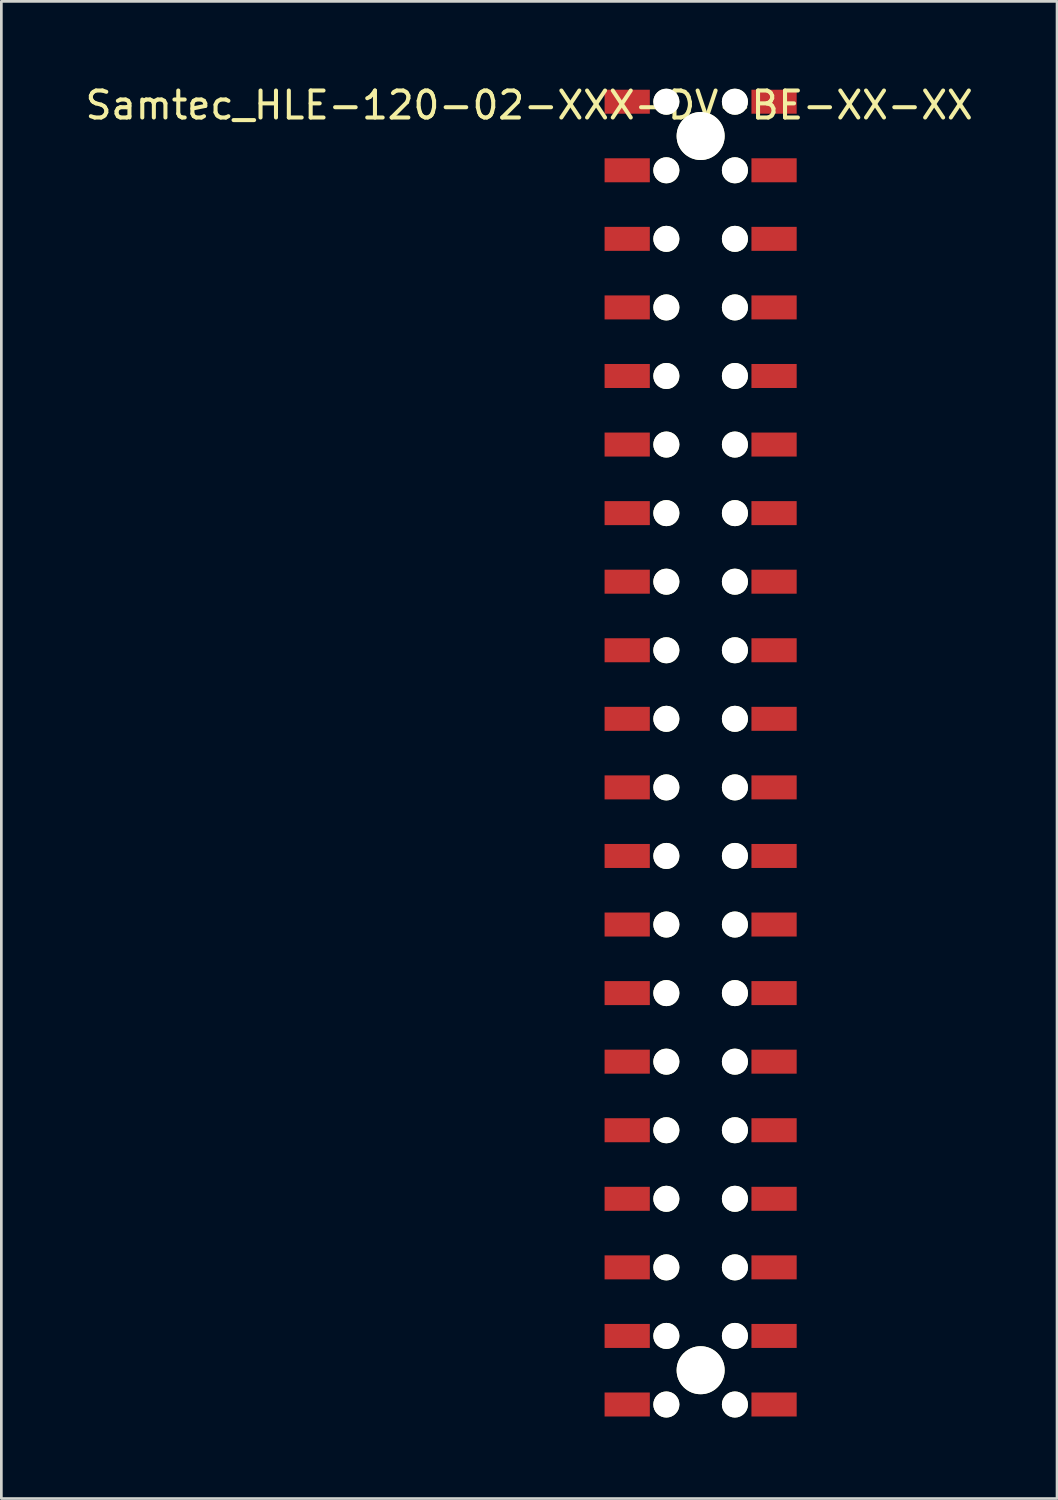
<source format=kicad_pcb>
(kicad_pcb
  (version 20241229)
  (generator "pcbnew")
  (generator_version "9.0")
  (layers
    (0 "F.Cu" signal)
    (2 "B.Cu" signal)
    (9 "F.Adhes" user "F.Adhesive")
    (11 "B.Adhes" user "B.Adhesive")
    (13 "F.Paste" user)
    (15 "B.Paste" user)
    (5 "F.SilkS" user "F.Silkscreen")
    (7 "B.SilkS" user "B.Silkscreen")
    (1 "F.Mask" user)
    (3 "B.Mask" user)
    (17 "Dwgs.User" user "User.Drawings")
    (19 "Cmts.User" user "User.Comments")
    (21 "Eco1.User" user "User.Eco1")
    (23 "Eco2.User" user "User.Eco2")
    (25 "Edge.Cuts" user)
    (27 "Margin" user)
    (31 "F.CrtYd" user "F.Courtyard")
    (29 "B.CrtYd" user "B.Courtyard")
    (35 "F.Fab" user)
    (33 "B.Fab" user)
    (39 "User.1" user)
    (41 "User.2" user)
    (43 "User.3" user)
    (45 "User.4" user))
  (footprint "Samtec_HLE-120-02-XXX-DV-BE-XX-XX"
    (layer "F.Cu")
    (at 22.904 24.848)
    (property "Reference" "Samtec_HLE-120-02-XXX-DV-BE-XX-XX" (at -6.35 -24 0) (layer "F.SilkS") (effects (font (size 1 1) (thickness 0.15))))
    (attr smd)
    (pad "" np_thru_hole circle (at -1.27 -24.13 270) (size 0.965 0.965) (drill 0.965) (layers "*.Cu" "*.Mask" "F.SilkS"))
    (pad "" np_thru_hole circle (at -1.27 -21.59 270) (size 0.965 0.965) (drill 0.965) (layers "*.Cu" "*.Mask" "F.SilkS"))
    (pad "" np_thru_hole circle (at -1.27 -19.05 270) (size 0.965 0.965) (drill 0.965) (layers "*.Cu" "*.Mask" "F.SilkS"))
    (pad "" np_thru_hole circle (at -1.27 -16.51 270) (size 0.965 0.965) (drill 0.965) (layers "*.Cu" "*.Mask" "F.SilkS"))
    (pad "" np_thru_hole circle (at -1.27 -13.97 270) (size 0.965 0.965) (drill 0.965) (layers "*.Cu" "*.Mask" "F.SilkS"))
    (pad "" np_thru_hole circle (at -1.27 -11.43 270) (size 0.965 0.965) (drill 0.965) (layers "*.Cu" "*.Mask" "F.SilkS"))
    (pad "" np_thru_hole circle (at -1.27 -8.89 270) (size 0.965 0.965) (drill 0.965) (layers "*.Cu" "*.Mask" "F.SilkS"))
    (pad "" np_thru_hole circle (at -1.27 -6.35 270) (size 0.965 0.965) (drill 0.965) (layers "*.Cu" "*.Mask" "F.SilkS"))
    (pad "" np_thru_hole circle (at -1.27 -3.81 270) (size 0.965 0.965) (drill 0.965) (layers "*.Cu" "*.Mask" "F.SilkS"))
    (pad "" np_thru_hole circle (at -1.27 -1.27 270) (size 0.965 0.965) (drill 0.965) (layers "*.Cu" "*.Mask" "F.SilkS"))
    (pad "" np_thru_hole circle (at -1.27 1.27 270) (size 0.965 0.965) (drill 0.965) (layers "*.Cu" "*.Mask" "F.SilkS"))
    (pad "" np_thru_hole circle (at -1.27 3.81 270) (size 0.965 0.965) (drill 0.965) (layers "*.Cu" "*.Mask" "F.SilkS"))
    (pad "" np_thru_hole circle (at -1.27 6.35 270) (size 0.965 0.965) (drill 0.965) (layers "*.Cu" "*.Mask" "F.SilkS"))
    (pad "" np_thru_hole circle (at -1.27 8.89 270) (size 0.965 0.965) (drill 0.965) (layers "*.Cu" "*.Mask" "F.SilkS"))
    (pad "" np_thru_hole circle (at -1.27 11.43 270) (size 0.965 0.965) (drill 0.965) (layers "*.Cu" "*.Mask" "F.SilkS"))
    (pad "" np_thru_hole circle (at -1.27 13.97 270) (size 0.965 0.965) (drill 0.965) (layers "*.Cu" "*.Mask" "F.SilkS"))
    (pad "" np_thru_hole circle (at -1.27 16.51 270) (size 0.965 0.965) (drill 0.965) (layers "*.Cu" "*.Mask" "F.SilkS"))
    (pad "" np_thru_hole circle (at -1.27 19.05 270) (size 0.965 0.965) (drill 0.965) (layers "*.Cu" "*.Mask" "F.SilkS"))
    (pad "" np_thru_hole circle (at -1.27 21.59 270) (size 0.965 0.965) (drill 0.965) (layers "*.Cu" "*.Mask" "F.SilkS"))
    (pad "" np_thru_hole circle (at -1.27 24.13 270) (size 0.965 0.965) (drill 0.965) (layers "*.Cu" "*.Mask" "F.SilkS"))
    (pad "" np_thru_hole circle (at 0 -22.86 270) (size 1.778 1.778) (drill 1.778) (layers "*.Cu" "*.Mask" "F.SilkS"))
    (pad "" np_thru_hole circle (at 0 22.86 270) (size 1.778 1.778) (drill 1.778) (layers "*.Cu" "*.Mask" "F.SilkS"))
    (pad "" np_thru_hole circle (at 1.27 -24.13 270) (size 0.965 0.965) (drill 0.965) (layers "*.Cu" "*.Mask" "F.SilkS"))
    (pad "" np_thru_hole circle (at 1.27 -21.59 270) (size 0.965 0.965) (drill 0.965) (layers "*.Cu" "*.Mask" "F.SilkS"))
    (pad "" np_thru_hole circle (at 1.27 -19.05 270) (size 0.965 0.965) (drill 0.965) (layers "*.Cu" "*.Mask" "F.SilkS"))
    (pad "" np_thru_hole circle (at 1.27 -16.51 270) (size 0.965 0.965) (drill 0.965) (layers "*.Cu" "*.Mask" "F.SilkS"))
    (pad "" np_thru_hole circle (at 1.27 -13.97 270) (size 0.965 0.965) (drill 0.965) (layers "*.Cu" "*.Mask" "F.SilkS"))
    (pad "" np_thru_hole circle (at 1.27 -11.43 270) (size 0.965 0.965) (drill 0.965) (layers "*.Cu" "*.Mask" "F.SilkS"))
    (pad "" np_thru_hole circle (at 1.27 -8.89 270) (size 0.965 0.965) (drill 0.965) (layers "*.Cu" "*.Mask" "F.SilkS"))
    (pad "" np_thru_hole circle (at 1.27 -6.35 270) (size 0.965 0.965) (drill 0.965) (layers "*.Cu" "*.Mask" "F.SilkS"))
    (pad "" np_thru_hole circle (at 1.27 -3.81 270) (size 0.965 0.965) (drill 0.965) (layers "*.Cu" "*.Mask" "F.SilkS"))
    (pad "" np_thru_hole circle (at 1.27 -1.27 270) (size 0.965 0.965) (drill 0.965) (layers "*.Cu" "*.Mask" "F.SilkS"))
    (pad "" np_thru_hole circle (at 1.27 1.27 270) (size 0.965 0.965) (drill 0.965) (layers "*.Cu" "*.Mask" "F.SilkS"))
    (pad "" np_thru_hole circle (at 1.27 3.81 270) (size 0.965 0.965) (drill 0.965) (layers "*.Cu" "*.Mask" "F.SilkS"))
    (pad "" np_thru_hole circle (at 1.27 6.35 270) (size 0.965 0.965) (drill 0.965) (layers "*.Cu" "*.Mask" "F.SilkS"))
    (pad "" np_thru_hole circle (at 1.27 8.89 270) (size 0.965 0.965) (drill 0.965) (layers "*.Cu" "*.Mask" "F.SilkS"))
    (pad "" np_thru_hole circle (at 1.27 11.43 270) (size 0.965 0.965) (drill 0.965) (layers "*.Cu" "*.Mask" "F.SilkS"))
    (pad "" np_thru_hole circle (at 1.27 13.97 270) (size 0.965 0.965) (drill 0.965) (layers "*.Cu" "*.Mask" "F.SilkS"))
    (pad "" np_thru_hole circle (at 1.27 16.51 270) (size 0.965 0.965) (drill 0.965) (layers "*.Cu" "*.Mask" "F.SilkS"))
    (pad "" np_thru_hole circle (at 1.27 19.05 270) (size 0.965 0.965) (drill 0.965) (layers "*.Cu" "*.Mask" "F.SilkS"))
    (pad "" np_thru_hole circle (at 1.27 21.59 270) (size 0.965 0.965) (drill 0.965) (layers "*.Cu" "*.Mask" "F.SilkS"))
    (pad "" np_thru_hole circle (at 1.27 24.13 270) (size 0.965 0.965) (drill 0.965) (layers "*.Cu" "*.Mask" "F.SilkS"))
    (pad "1" smd rect (at -2.72 24.13 270) (size 0.889 1.676) (layers "F.Cu" "F.Mask" "F.Paste"))
    (pad "2" smd rect (at 2.72 24.13 270) (size 0.889 1.676) (layers "F.Cu" "F.Mask" "F.Paste"))
    (pad "3" smd rect (at -2.72 21.59 270) (size 0.889 1.676) (layers "F.Cu" "F.Mask" "F.Paste"))
    (pad "4" smd rect (at 2.72 21.59 270) (size 0.889 1.676) (layers "F.Cu" "F.Mask" "F.Paste"))
    (pad "5" smd rect (at -2.72 19.05 270) (size 0.889 1.676) (layers "F.Cu" "F.Mask" "F.Paste"))
    (pad "6" smd rect (at 2.72 19.05 270) (size 0.889 1.676) (layers "F.Cu" "F.Mask" "F.Paste"))
    (pad "7" smd rect (at -2.72 16.51 270) (size 0.889 1.676) (layers "F.Cu" "F.Mask" "F.Paste"))
    (pad "8" smd rect (at 2.72 16.51 270) (size 0.889 1.676) (layers "F.Cu" "F.Mask" "F.Paste"))
    (pad "9" smd rect (at -2.72 13.97 270) (size 0.889 1.676) (layers "F.Cu" "F.Mask" "F.Paste"))
    (pad "10" smd rect (at 2.72 13.97 270) (size 0.889 1.676) (layers "F.Cu" "F.Mask" "F.Paste"))
    (pad "11" smd rect (at -2.72 11.43 270) (size 0.889 1.676) (layers "F.Cu" "F.Mask" "F.Paste"))
    (pad "12" smd rect (at 2.72 11.43 270) (size 0.889 1.676) (layers "F.Cu" "F.Mask" "F.Paste"))
    (pad "13" smd rect (at -2.72 8.89 270) (size 0.889 1.676) (layers "F.Cu" "F.Mask" "F.Paste"))
    (pad "14" smd rect (at 2.72 8.89 270) (size 0.889 1.676) (layers "F.Cu" "F.Mask" "F.Paste"))
    (pad "15" smd rect (at -2.72 6.35 270) (size 0.889 1.676) (layers "F.Cu" "F.Mask" "F.Paste"))
    (pad "16" smd rect (at 2.72 6.35 270) (size 0.889 1.676) (layers "F.Cu" "F.Mask" "F.Paste"))
    (pad "17" smd rect (at -2.72 3.81 270) (size 0.889 1.676) (layers "F.Cu" "F.Mask" "F.Paste"))
    (pad "18" smd rect (at 2.72 3.81 270) (size 0.889 1.676) (layers "F.Cu" "F.Mask" "F.Paste"))
    (pad "19" smd rect (at -2.72 1.27 270) (size 0.889 1.676) (layers "F.Cu" "F.Mask" "F.Paste"))
    (pad "20" smd rect (at 2.72 1.27 270) (size 0.889 1.676) (layers "F.Cu" "F.Mask" "F.Paste"))
    (pad "21" smd rect (at -2.72 -1.27 270) (size 0.889 1.676) (layers "F.Cu" "F.Mask" "F.Paste"))
    (pad "22" smd rect (at 2.72 -1.27 270) (size 0.889 1.676) (layers "F.Cu" "F.Mask" "F.Paste"))
    (pad "23" smd rect (at -2.72 -3.81 270) (size 0.889 1.676) (layers "F.Cu" "F.Mask" "F.Paste"))
    (pad "24" smd rect (at 2.72 -3.81 270) (size 0.889 1.676) (layers "F.Cu" "F.Mask" "F.Paste"))
    (pad "25" smd rect (at -2.72 -6.35 270) (size 0.889 1.676) (layers "F.Cu" "F.Mask" "F.Paste"))
    (pad "26" smd rect (at 2.72 -6.35 270) (size 0.889 1.676) (layers "F.Cu" "F.Mask" "F.Paste"))
    (pad "27" smd rect (at -2.72 -8.89 270) (size 0.889 1.676) (layers "F.Cu" "F.Mask" "F.Paste"))
    (pad "28" smd rect (at 2.72 -8.89 270) (size 0.889 1.676) (layers "F.Cu" "F.Mask" "F.Paste"))
    (pad "29" smd rect (at -2.72 -11.43 270) (size 0.889 1.676) (layers "F.Cu" "F.Mask" "F.Paste"))
    (pad "30" smd rect (at 2.72 -11.43 270) (size 0.889 1.676) (layers "F.Cu" "F.Mask" "F.Paste"))
    (pad "31" smd rect (at -2.72 -13.97 270) (size 0.889 1.676) (layers "F.Cu" "F.Mask" "F.Paste"))
    (pad "32" smd rect (at 2.72 -13.97 270) (size 0.889 1.676) (layers "F.Cu" "F.Mask" "F.Paste"))
    (pad "33" smd rect (at -2.72 -16.51 270) (size 0.889 1.676) (layers "F.Cu" "F.Mask" "F.Paste"))
    (pad "34" smd rect (at 2.72 -16.51 270) (size 0.889 1.676) (layers "F.Cu" "F.Mask" "F.Paste"))
    (pad "35" smd rect (at -2.72 -19.05 270) (size 0.889 1.676) (layers "F.Cu" "F.Mask" "F.Paste"))
    (pad "36" smd rect (at 2.72 -19.05 270) (size 0.889 1.676) (layers "F.Cu" "F.Mask" "F.Paste"))
    (pad "37" smd rect (at -2.72 -21.59 270) (size 0.889 1.676) (layers "F.Cu" "F.Mask" "F.Paste"))
    (pad "38" smd rect (at 2.72 -21.59 270) (size 0.889 1.676) (layers "F.Cu" "F.Mask" "F.Paste"))
    (pad "39" smd rect (at -2.72 -24.13 270) (size 0.889 1.676) (layers "F.Cu" "F.Mask" "F.Paste"))
    (pad "40" smd rect (at 2.72 -24.13 270) (size 0.889 1.676) (layers "F.Cu" "F.Mask" "F.Paste")))
  (gr_rect
    (start -3 -3)
    (end 36.107 52.461)
    (stroke (width 0.1) (type default))
    (fill no)
    (layer "Edge.Cuts")))
</source>
